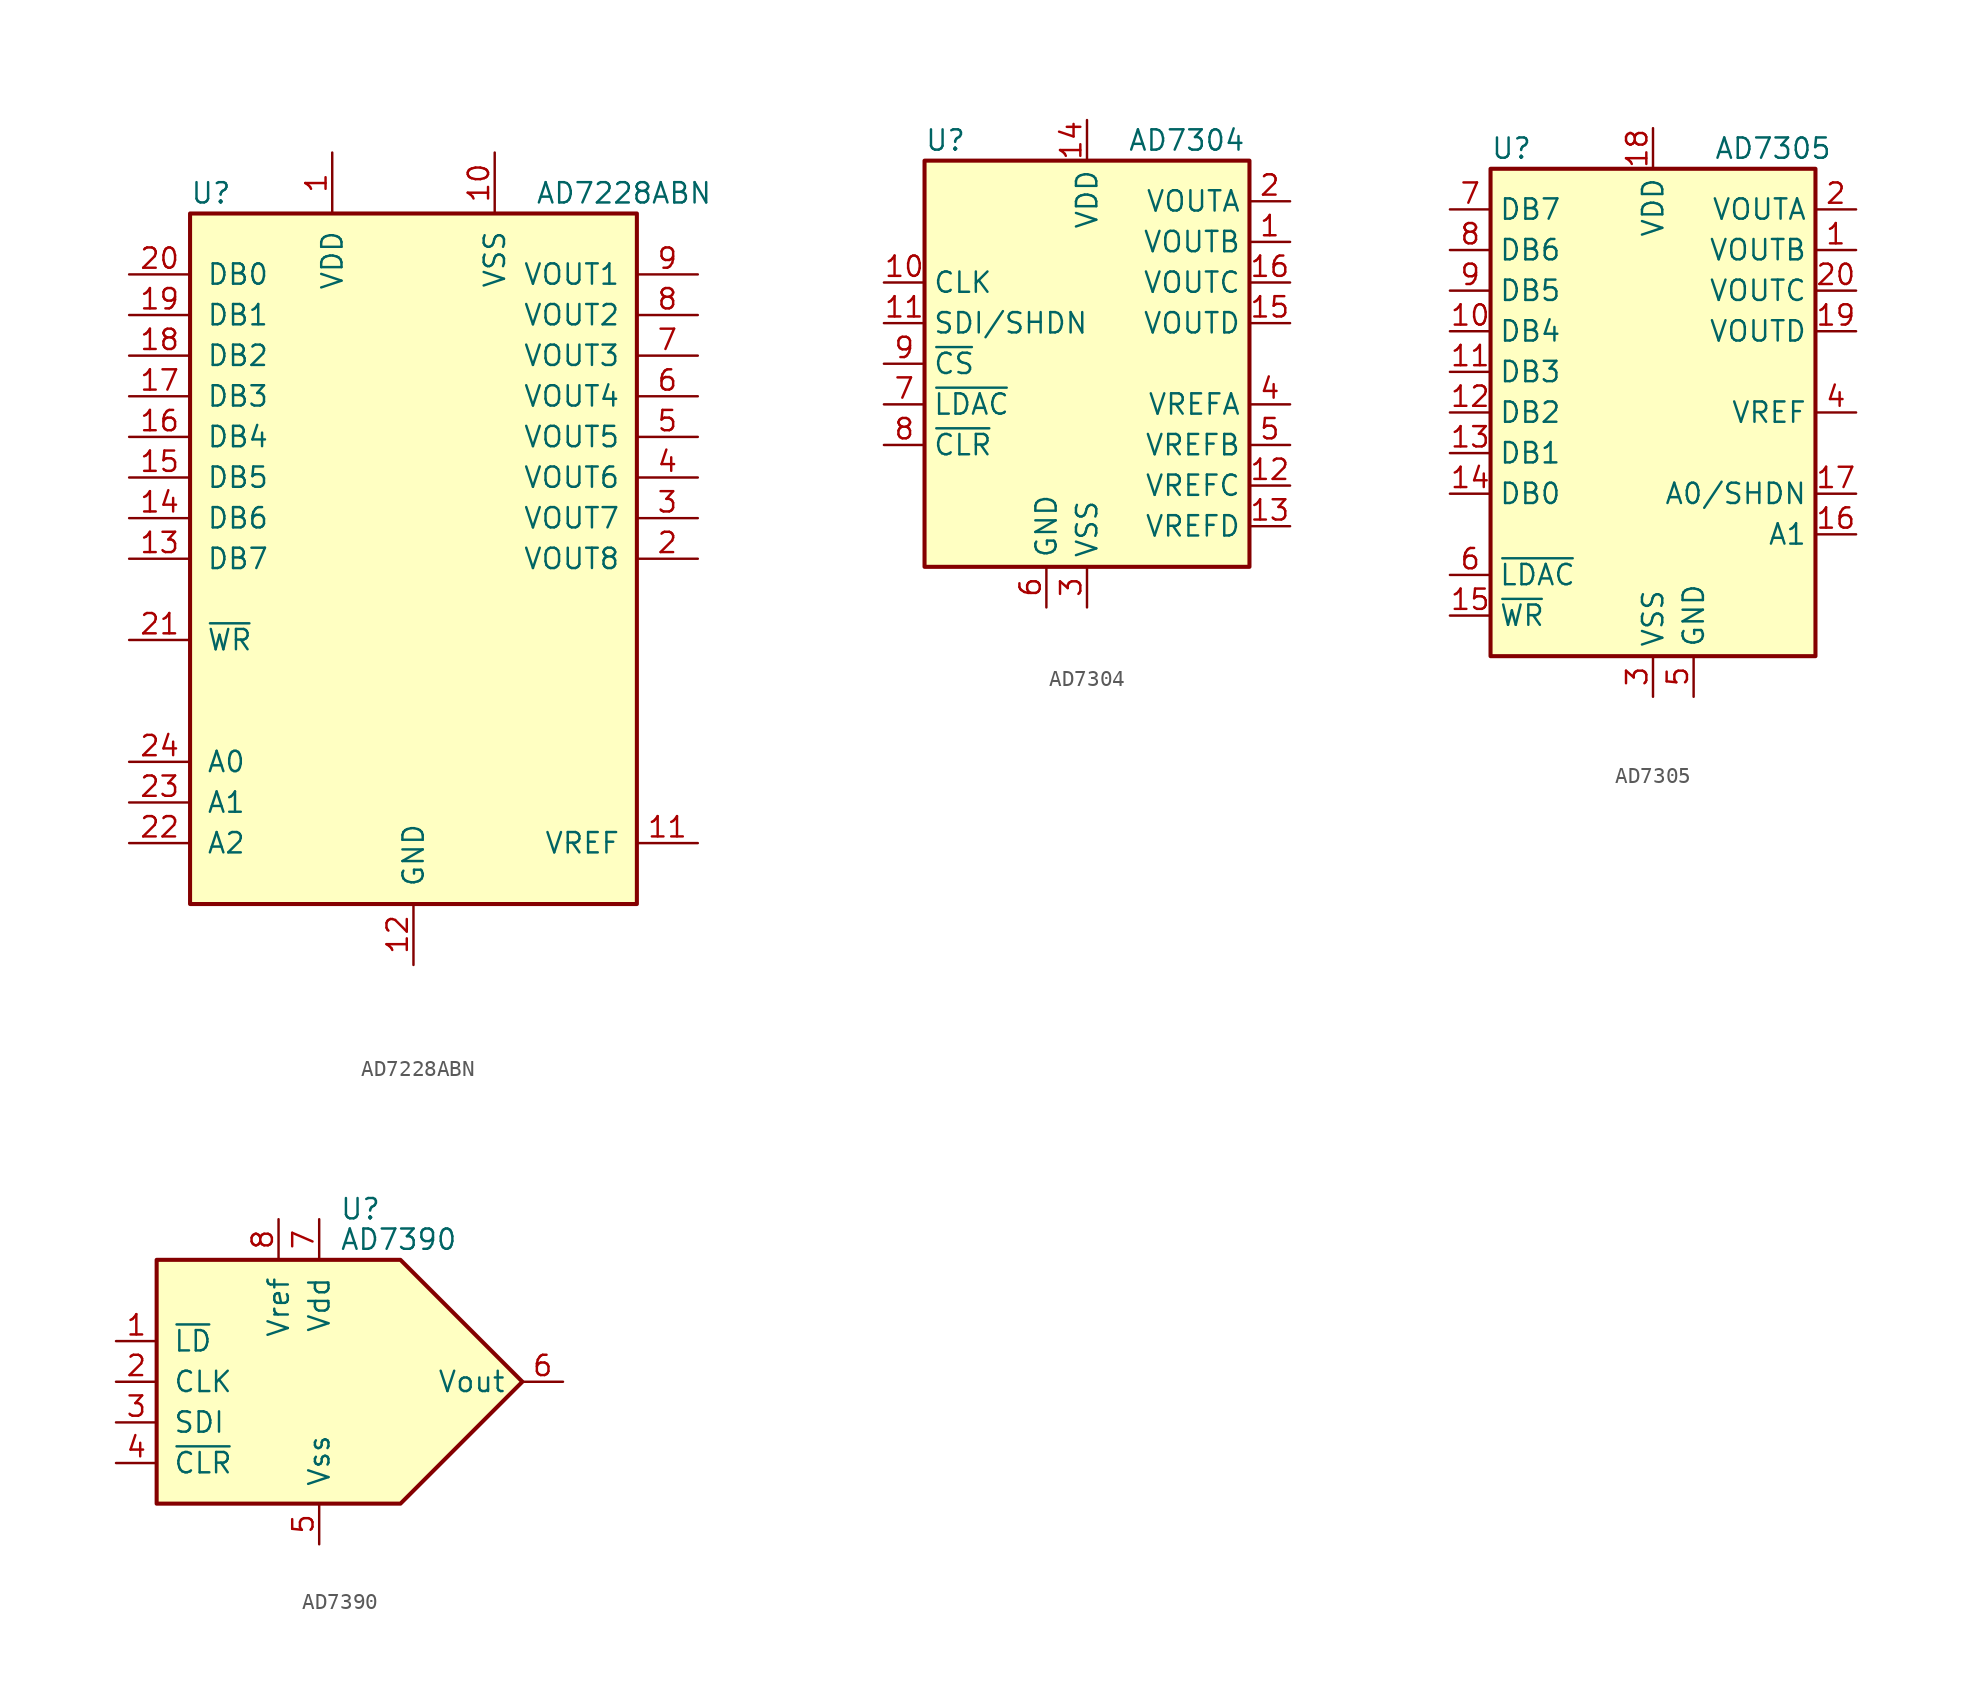
<source format=kicad_sym>
(kicad_symbol_lib
  (version 20200908)
  (generator kicad_symbol_editor)
  (symbol "Analog_DAC:AD7228ABN"
    (pin_names
      (offset 1.016))
    (property "Reference" "U"
      (at -13.97 22.86 0)
      (effects (font (size 1.27 1.27)) (justify left)))
    (property "Value" "AD7228ABN"
      (at 7.62 22.86 0)
      (effects (font (size 1.27 1.27)) (justify left)))
    (symbol "AD7228ABN_0_1"
      (rectangle (start -13.97 -21.59) (end 13.97 21.59) (stroke (width 0.254)) (fill (type background))))
    (symbol "AD7228ABN_1_1"
      (pin power_in line (at -5.08 25.4 270) (length 3.81) (name "VDD" (effects (font (size 1.27 1.27)))) (number "1" (effects (font (size 1.27 1.27)))))
      (pin power_in line (at 5.08 25.4 270) (length 3.81) (name "VSS" (effects (font (size 1.27 1.27)))) (number "10" (effects (font (size 1.27 1.27)))))
      (pin passive line (at 17.78 -17.78 180) (length 3.81) (name "VREF" (effects (font (size 1.27 1.27)))) (number "11" (effects (font (size 1.27 1.27)))))
      (pin power_in line (at 0 -25.4 90) (length 3.81) (name "GND" (effects (font (size 1.27 1.27)))) (number "12" (effects (font (size 1.27 1.27)))))
      (pin input line (at -17.78 0 0) (length 3.81) (name "DB7" (effects (font (size 1.27 1.27)))) (number "13" (effects (font (size 1.27 1.27)))))
      (pin input line (at -17.78 2.54 0) (length 3.81) (name "DB6" (effects (font (size 1.27 1.27)))) (number "14" (effects (font (size 1.27 1.27)))))
      (pin input line (at -17.78 5.08 0) (length 3.81) (name "DB5" (effects (font (size 1.27 1.27)))) (number "15" (effects (font (size 1.27 1.27)))))
      (pin input line (at -17.78 7.62 0) (length 3.81) (name "DB4" (effects (font (size 1.27 1.27)))) (number "16" (effects (font (size 1.27 1.27)))))
      (pin input line (at -17.78 10.16 0) (length 3.81) (name "DB3" (effects (font (size 1.27 1.27)))) (number "17" (effects (font (size 1.27 1.27)))))
      (pin input line (at -17.78 12.7 0) (length 3.81) (name "DB2" (effects (font (size 1.27 1.27)))) (number "18" (effects (font (size 1.27 1.27)))))
      (pin input line (at -17.78 15.24 0) (length 3.81) (name "DB1" (effects (font (size 1.27 1.27)))) (number "19" (effects (font (size 1.27 1.27)))))
      (pin output line (at 17.78 0 180) (length 3.81) (name "VOUT8" (effects (font (size 1.27 1.27)))) (number "2" (effects (font (size 1.27 1.27)))))
      (pin input line (at -17.78 17.78 0) (length 3.81) (name "DB0" (effects (font (size 1.27 1.27)))) (number "20" (effects (font (size 1.27 1.27)))))
      (pin input line (at -17.78 -5.08 0) (length 3.81) (name "~WR" (effects (font (size 1.27 1.27)))) (number "21" (effects (font (size 1.27 1.27)))))
      (pin input line (at -17.78 -17.78 0) (length 3.81) (name "A2" (effects (font (size 1.27 1.27)))) (number "22" (effects (font (size 1.27 1.27)))))
      (pin input line (at -17.78 -15.24 0) (length 3.81) (name "A1" (effects (font (size 1.27 1.27)))) (number "23" (effects (font (size 1.27 1.27)))))
      (pin input line (at -17.78 -12.7 0) (length 3.81) (name "A0" (effects (font (size 1.27 1.27)))) (number "24" (effects (font (size 1.27 1.27)))))
      (pin output line (at 17.78 2.54 180) (length 3.81) (name "VOUT7" (effects (font (size 1.27 1.27)))) (number "3" (effects (font (size 1.27 1.27)))))
      (pin output line (at 17.78 5.08 180) (length 3.81) (name "VOUT6" (effects (font (size 1.27 1.27)))) (number "4" (effects (font (size 1.27 1.27)))))
      (pin output line (at 17.78 7.62 180) (length 3.81) (name "VOUT5" (effects (font (size 1.27 1.27)))) (number "5" (effects (font (size 1.27 1.27)))))
      (pin output line (at 17.78 10.16 180) (length 3.81) (name "VOUT4" (effects (font (size 1.27 1.27)))) (number "6" (effects (font (size 1.27 1.27)))))
      (pin output line (at 17.78 12.7 180) (length 3.81) (name "VOUT3" (effects (font (size 1.27 1.27)))) (number "7" (effects (font (size 1.27 1.27)))))
      (pin output line (at 17.78 15.24 180) (length 3.81) (name "VOUT2" (effects (font (size 1.27 1.27)))) (number "8" (effects (font (size 1.27 1.27)))))
      (pin output line (at 17.78 17.78 180) (length 3.81) (name "VOUT1" (effects (font (size 1.27 1.27)))) (number "9" (effects (font (size 1.27 1.27)))))))
  (symbol "Analog_DAC:AD7304"
    (property "Reference" "U"
      (at -10.16 13.97 0)
      (effects (font (size 1.27 1.27)) (justify left)))
    (property "Value" "AD7304"
      (at 2.54 13.97 0)
      (effects (font (size 1.27 1.27)) (justify left)))
    (symbol "AD7304_0_1"
      (rectangle (start -10.16 12.7) (end 10.16 -12.7) (stroke (width 0.254)) (fill (type background))))
    (symbol "AD7304_1_1"
      (pin output line (at 12.7 7.62 180) (length 2.54) (name "VOUTB" (effects (font (size 1.27 1.27)))) (number "1" (effects (font (size 1.27 1.27)))))
      (pin input line (at -12.7 5.08 0) (length 2.54) (name "CLK" (effects (font (size 1.27 1.27)))) (number "10" (effects (font (size 1.27 1.27)))))
      (pin input line (at -12.7 2.54 0) (length 2.54) (name "SDI/SHDN" (effects (font (size 1.27 1.27)))) (number "11" (effects (font (size 1.27 1.27)))))
      (pin input line (at 12.7 -7.62 180) (length 2.54) (name "VREFC" (effects (font (size 1.27 1.27)))) (number "12" (effects (font (size 1.27 1.27)))))
      (pin input line (at 12.7 -10.16 180) (length 2.54) (name "VREFD" (effects (font (size 1.27 1.27)))) (number "13" (effects (font (size 1.27 1.27)))))
      (pin power_in line (at 0 15.24 270) (length 2.54) (name "VDD" (effects (font (size 1.27 1.27)))) (number "14" (effects (font (size 1.27 1.27)))))
      (pin output line (at 12.7 2.54 180) (length 2.54) (name "VOUTD" (effects (font (size 1.27 1.27)))) (number "15" (effects (font (size 1.27 1.27)))))
      (pin output line (at 12.7 5.08 180) (length 2.54) (name "VOUTC" (effects (font (size 1.27 1.27)))) (number "16" (effects (font (size 1.27 1.27)))))
      (pin output line (at 12.7 10.16 180) (length 2.54) (name "VOUTA" (effects (font (size 1.27 1.27)))) (number "2" (effects (font (size 1.27 1.27)))))
      (pin power_in line (at 0 -15.24 90) (length 2.54) (name "VSS" (effects (font (size 1.27 1.27)))) (number "3" (effects (font (size 1.27 1.27)))))
      (pin input line (at 12.7 -2.54 180) (length 2.54) (name "VREFA" (effects (font (size 1.27 1.27)))) (number "4" (effects (font (size 1.27 1.27)))))
      (pin input line (at 12.7 -5.08 180) (length 2.54) (name "VREFB" (effects (font (size 1.27 1.27)))) (number "5" (effects (font (size 1.27 1.27)))))
      (pin power_in line (at -2.54 -15.24 90) (length 2.54) (name "GND" (effects (font (size 1.27 1.27)))) (number "6" (effects (font (size 1.27 1.27)))))
      (pin output line (at -12.7 -2.54 0) (length 2.54) (name "~LDAC" (effects (font (size 1.27 1.27)))) (number "7" (effects (font (size 1.27 1.27)))))
      (pin output line (at -12.7 -5.08 0) (length 2.54) (name "~CLR" (effects (font (size 1.27 1.27)))) (number "8" (effects (font (size 1.27 1.27)))))
      (pin input line (at -12.7 0 0) (length 2.54) (name "~CS" (effects (font (size 1.27 1.27)))) (number "9" (effects (font (size 1.27 1.27)))))))
  (symbol "Analog_DAC:AD7305"
    (property "Reference" "U"
      (at -10.16 16.51 0)
      (effects (font (size 1.27 1.27)) (justify left)))
    (property "Value" "AD7305"
      (at 3.81 16.51 0)
      (effects (font (size 1.27 1.27)) (justify left)))
    (symbol "AD7305_0_1"
      (rectangle (start -10.16 15.24) (end 10.16 -15.24) (stroke (width 0.254)) (fill (type background))))
    (symbol "AD7305_1_1"
      (pin output line (at 12.7 10.16 180) (length 2.54) (name "VOUTB" (effects (font (size 1.27 1.27)))) (number "1" (effects (font (size 1.27 1.27)))))
      (pin input line (at -12.7 5.08 0) (length 2.54) (name "DB4" (effects (font (size 1.27 1.27)))) (number "10" (effects (font (size 1.27 1.27)))))
      (pin input line (at -12.7 2.54 0) (length 2.54) (name "DB3" (effects (font (size 1.27 1.27)))) (number "11" (effects (font (size 1.27 1.27)))))
      (pin input line (at -12.7 0 0) (length 2.54) (name "DB2" (effects (font (size 1.27 1.27)))) (number "12" (effects (font (size 1.27 1.27)))))
      (pin input line (at -12.7 -2.54 0) (length 2.54) (name "DB1" (effects (font (size 1.27 1.27)))) (number "13" (effects (font (size 1.27 1.27)))))
      (pin input line (at -12.7 -5.08 0) (length 2.54) (name "DB0" (effects (font (size 1.27 1.27)))) (number "14" (effects (font (size 1.27 1.27)))))
      (pin output line (at -12.7 -12.7 0) (length 2.54) (name "~WR" (effects (font (size 1.27 1.27)))) (number "15" (effects (font (size 1.27 1.27)))))
      (pin input line (at 12.7 -7.62 180) (length 2.54) (name "A1" (effects (font (size 1.27 1.27)))) (number "16" (effects (font (size 1.27 1.27)))))
      (pin input line (at 12.7 -5.08 180) (length 2.54) (name "A0/SHDN" (effects (font (size 1.27 1.27)))) (number "17" (effects (font (size 1.27 1.27)))))
      (pin power_in line (at 0 17.78 270) (length 2.54) (name "VDD" (effects (font (size 1.27 1.27)))) (number "18" (effects (font (size 1.27 1.27)))))
      (pin output line (at 12.7 5.08 180) (length 2.54) (name "VOUTD" (effects (font (size 1.27 1.27)))) (number "19" (effects (font (size 1.27 1.27)))))
      (pin output line (at 12.7 12.7 180) (length 2.54) (name "VOUTA" (effects (font (size 1.27 1.27)))) (number "2" (effects (font (size 1.27 1.27)))))
      (pin output line (at 12.7 7.62 180) (length 2.54) (name "VOUTC" (effects (font (size 1.27 1.27)))) (number "20" (effects (font (size 1.27 1.27)))))
      (pin power_in line (at 0 -17.78 90) (length 2.54) (name "VSS" (effects (font (size 1.27 1.27)))) (number "3" (effects (font (size 1.27 1.27)))))
      (pin input line (at 12.7 0 180) (length 2.54) (name "VREF" (effects (font (size 1.27 1.27)))) (number "4" (effects (font (size 1.27 1.27)))))
      (pin power_in line (at 2.54 -17.78 90) (length 2.54) (name "GND" (effects (font (size 1.27 1.27)))) (number "5" (effects (font (size 1.27 1.27)))))
      (pin input line (at -12.7 -10.16 0) (length 2.54) (name "~LDAC" (effects (font (size 1.27 1.27)))) (number "6" (effects (font (size 1.27 1.27)))))
      (pin input line (at -12.7 12.7 0) (length 2.54) (name "DB7" (effects (font (size 1.27 1.27)))) (number "7" (effects (font (size 1.27 1.27)))))
      (pin input line (at -12.7 10.16 0) (length 2.54) (name "DB6" (effects (font (size 1.27 1.27)))) (number "8" (effects (font (size 1.27 1.27)))))
      (pin input line (at -12.7 7.62 0) (length 2.54) (name "DB5" (effects (font (size 1.27 1.27)))) (number "9" (effects (font (size 1.27 1.27)))))))
  (symbol "Analog_DAC:AD7390"
    (pin_names
      (offset 1.016))
    (property "Reference" "U"
      (at 1.27 10.795 0)
      (effects (font (size 1.27 1.27)) (justify left)))
    (property "Value" "AD7390"
      (at 1.27 8.89 0)
      (effects (font (size 1.27 1.27)) (justify left)))
    (symbol "AD7390_0_0"
      (polyline (pts (xy 12.7 0) (xy 5.08 7.62) (xy -10.16 7.62) (xy -10.16 -7.62) (xy 5.08 -7.62) (xy 12.7 0)) (stroke (width 0.254)) (fill (type background))))
    (symbol "AD7390_1_1"
      (pin input line (at -12.7 2.54 0) (length 2.54) (name "~LD" (effects (font (size 1.27 1.27)))) (number "1" (effects (font (size 1.27 1.27)))))
      (pin input line (at -12.7 0 0) (length 2.54) (name "CLK" (effects (font (size 1.27 1.27)))) (number "2" (effects (font (size 1.27 1.27)))))
      (pin input line (at -12.7 -2.54 0) (length 2.54) (name "SDI" (effects (font (size 1.27 1.27)))) (number "3" (effects (font (size 1.27 1.27)))))
      (pin input line (at -12.7 -5.08 0) (length 2.54) (name "~CLR" (effects (font (size 1.27 1.27)))) (number "4" (effects (font (size 1.27 1.27)))))
      (pin power_in line (at 0 -10.16 90) (length 2.54) (name "Vss" (effects (font (size 1.27 1.27)))) (number "5" (effects (font (size 1.27 1.27)))))
      (pin output line (at 15.24 0 180) (length 2.54) (name "Vout" (effects (font (size 1.27 1.27)))) (number "6" (effects (font (size 1.27 1.27)))))
      (pin power_in line (at 0 10.16 270) (length 2.54) (name "Vdd" (effects (font (size 1.27 1.27)))) (number "7" (effects (font (size 1.27 1.27)))))
      (pin input line (at -2.54 10.16 270) (length 2.54) (name "Vref" (effects (font (size 1.27 1.27)))) (number "8" (effects (font (size 1.27 1.27))))))))
</source>
